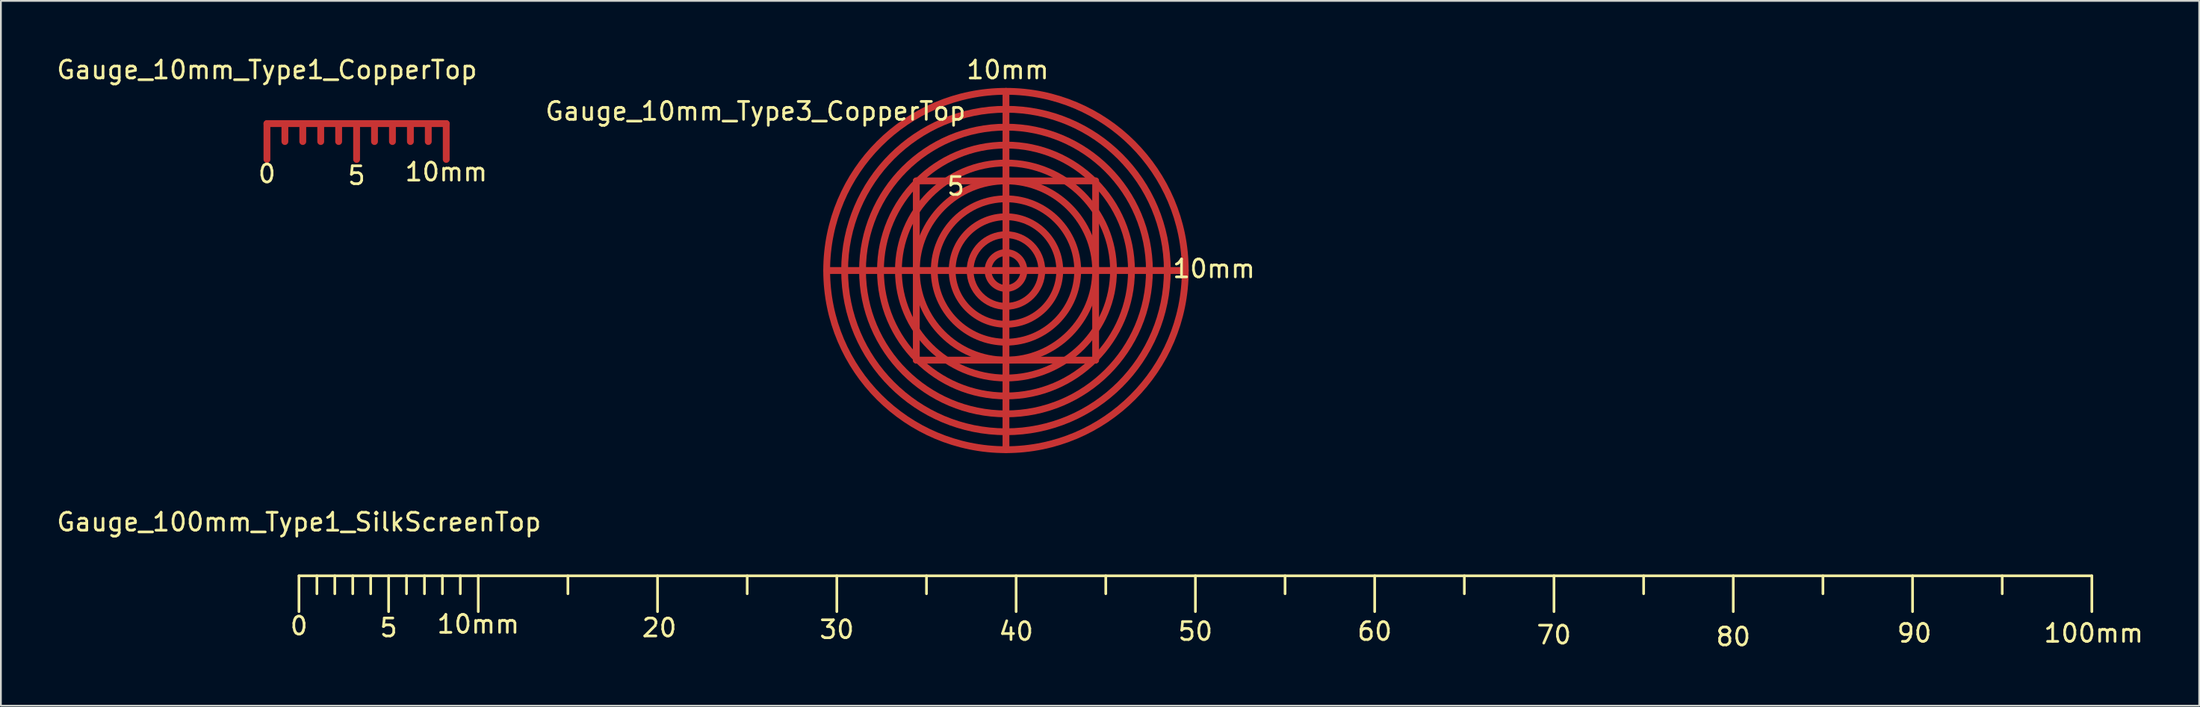
<source format=kicad_pcb>
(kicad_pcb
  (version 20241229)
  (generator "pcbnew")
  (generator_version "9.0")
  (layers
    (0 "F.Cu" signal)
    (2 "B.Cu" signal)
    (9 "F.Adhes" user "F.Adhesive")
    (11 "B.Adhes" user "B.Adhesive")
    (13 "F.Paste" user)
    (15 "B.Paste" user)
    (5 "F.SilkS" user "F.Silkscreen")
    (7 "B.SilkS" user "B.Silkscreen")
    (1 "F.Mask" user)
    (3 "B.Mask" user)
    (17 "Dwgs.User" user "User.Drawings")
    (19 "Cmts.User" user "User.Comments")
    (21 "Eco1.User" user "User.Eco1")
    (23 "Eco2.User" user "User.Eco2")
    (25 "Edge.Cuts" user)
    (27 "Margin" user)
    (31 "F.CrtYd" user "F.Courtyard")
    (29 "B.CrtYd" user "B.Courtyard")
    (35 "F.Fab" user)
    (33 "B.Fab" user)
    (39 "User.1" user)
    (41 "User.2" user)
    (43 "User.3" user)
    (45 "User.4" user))
  (footprint "Gauge_100mm_Type1_SilkScreenTop"
    (layer "F.Cu")
    (at 13.625 29.086)
    (property "Reference" "Gauge_100mm_Type1_SilkScreenTop" (at 0 -3 0) (layer "F.SilkS") (effects (font (size 1 1) (thickness 0.15))))
    (attr through_hole)
    (fp_line (start 0 0) (end 0 1.999) (stroke (width 0.15) (type solid)) (layer "F.SilkS"))
    (fp_line (start 0 0) (end 10 0) (stroke (width 0.15) (type solid)) (layer "F.SilkS"))
    (fp_line (start 1.001 0) (end 1.001 1.001) (stroke (width 0.15) (type solid)) (layer "F.SilkS"))
    (fp_line (start 1.999 0) (end 1.999 1.001) (stroke (width 0.15) (type solid)) (layer "F.SilkS"))
    (fp_line (start 3 0) (end 3 1.001) (stroke (width 0.15) (type solid)) (layer "F.SilkS"))
    (fp_line (start 4 0) (end 4 1.001) (stroke (width 0.15) (type solid)) (layer "F.SilkS"))
    (fp_line (start 5.001 0) (end 5.001 1.999) (stroke (width 0.15) (type solid)) (layer "F.SilkS"))
    (fp_line (start 5.999 0) (end 5.999 1.001) (stroke (width 0.15) (type solid)) (layer "F.SilkS"))
    (fp_line (start 7 0) (end 7 1.001) (stroke (width 0.15) (type solid)) (layer "F.SilkS"))
    (fp_line (start 8.001 0) (end 8.001 1.001) (stroke (width 0.15) (type solid)) (layer "F.SilkS"))
    (fp_line (start 8.999 0) (end 8.999 1.001) (stroke (width 0.15) (type solid)) (layer "F.SilkS"))
    (fp_line (start 10 0) (end 10 1.999) (stroke (width 0.15) (type solid)) (layer "F.SilkS"))
    (fp_line (start 10 0) (end 100 0) (stroke (width 0.15) (type solid)) (layer "F.SilkS"))
    (fp_line (start 15.001 0) (end 15.001 1.001) (stroke (width 0.15) (type solid)) (layer "F.SilkS"))
    (fp_line (start 20 0) (end 20 1.999) (stroke (width 0.15) (type solid)) (layer "F.SilkS"))
    (fp_line (start 25.001 0) (end 25.001 1.001) (stroke (width 0.15) (type solid)) (layer "F.SilkS"))
    (fp_line (start 30 0) (end 30 1.999) (stroke (width 0.15) (type solid)) (layer "F.SilkS"))
    (fp_line (start 35.001 0) (end 35.001 1.001) (stroke (width 0.15) (type solid)) (layer "F.SilkS"))
    (fp_line (start 40 0) (end 40 1.999) (stroke (width 0.15) (type solid)) (layer "F.SilkS"))
    (fp_line (start 45.001 0) (end 45.001 1.001) (stroke (width 0.15) (type solid)) (layer "F.SilkS"))
    (fp_line (start 50 0) (end 50 1.999) (stroke (width 0.15) (type solid)) (layer "F.SilkS"))
    (fp_line (start 55.001 0) (end 55.001 1.001) (stroke (width 0.15) (type solid)) (layer "F.SilkS"))
    (fp_line (start 60 0) (end 60 1.999) (stroke (width 0.15) (type solid)) (layer "F.SilkS"))
    (fp_line (start 65.001 0) (end 65.001 1.001) (stroke (width 0.15) (type solid)) (layer "F.SilkS"))
    (fp_line (start 70 0) (end 70 1.999) (stroke (width 0.15) (type solid)) (layer "F.SilkS"))
    (fp_line (start 75.001 0) (end 75.001 1.001) (stroke (width 0.15) (type solid)) (layer "F.SilkS"))
    (fp_line (start 80 0) (end 80 1.999) (stroke (width 0.15) (type solid)) (layer "F.SilkS"))
    (fp_line (start 85.001 0) (end 85.001 1.001) (stroke (width 0.15) (type solid)) (layer "F.SilkS"))
    (fp_line (start 90 0) (end 90 1.999) (stroke (width 0.15) (type solid)) (layer "F.SilkS"))
    (fp_line (start 95.001 0) (end 95.001 1.001) (stroke (width 0.15) (type solid)) (layer "F.SilkS"))
    (fp_line (start 100 0) (end 100 1.999) (stroke (width 0.15) (type solid)) (layer "F.SilkS"))
    (fp_text user "40" (at 40 3.101 0) (layer "F.SilkS") (effects (font (size 1 1) (thickness 0.15))))
    (fp_text user "100mm" (at 100.101 3.203 0) (layer "F.SilkS") (effects (font (size 1 1) (thickness 0.15))))
    (fp_text user "10mm" (at 10 2.7 0) (layer "F.SilkS") (effects (font (size 1 1) (thickness 0.15))))
    (fp_text user "20" (at 20.099 2.901 0) (layer "F.SilkS") (effects (font (size 1 1) (thickness 0.15))))
    (fp_text user "90" (at 90.101 3.203 0) (layer "F.SilkS") (effects (font (size 1 1) (thickness 0.15))))
    (fp_text user "60" (at 60 3.101 0) (layer "F.SilkS") (effects (font (size 1 1) (thickness 0.15))))
    (fp_text user "5" (at 4.999 2.901 0) (layer "F.SilkS") (effects (font (size 1 1) (thickness 0.15))))
    (fp_text user "30" (at 30 3 0) (layer "F.SilkS") (effects (font (size 1 1) (thickness 0.15))))
    (fp_text user "80" (at 80 3.401 0) (layer "F.SilkS") (effects (font (size 1 1) (thickness 0.15))))
    (fp_text user "0" (at 0 2.799 0) (layer "F.SilkS") (effects (font (size 1 1) (thickness 0.15))))
    (fp_text user "70" (at 70 3.302 0) (layer "F.SilkS") (effects (font (size 1 1) (thickness 0.15))))
    (fp_text user "50" (at 50 3.101 0) (layer "F.SilkS") (effects (font (size 1 1) (thickness 0.15)))))
  (footprint "Gauge_10mm_Type1_CopperTop"
    (layer "F.Cu")
    (at 11.839 3.848)
    (property "Reference" "Gauge_10mm_Type1_CopperTop" (at 0 -3 0) (layer "F.SilkS") (effects (font (size 1 1) (thickness 0.15))))
    (attr through_hole)
    (fp_line (start 0 0) (end 0 1.999) (stroke (width 0.381) (type solid)) (layer "F.Cu"))
    (fp_line (start 0 0) (end 10 0) (stroke (width 0.381) (type solid)) (layer "F.Cu"))
    (fp_line (start 1.001 0) (end 1.001 1.001) (stroke (width 0.381) (type solid)) (layer "F.Cu"))
    (fp_line (start 1.999 0) (end 1.999 1.001) (stroke (width 0.381) (type solid)) (layer "F.Cu"))
    (fp_line (start 3 0) (end 3 1.001) (stroke (width 0.381) (type solid)) (layer "F.Cu"))
    (fp_line (start 4 0) (end 4 1.001) (stroke (width 0.381) (type solid)) (layer "F.Cu"))
    (fp_line (start 5.001 0) (end 5.001 1.999) (stroke (width 0.381) (type solid)) (layer "F.Cu"))
    (fp_line (start 5.999 0) (end 5.999 1.001) (stroke (width 0.381) (type solid)) (layer "F.Cu"))
    (fp_line (start 7 0) (end 7 1.001) (stroke (width 0.381) (type solid)) (layer "F.Cu"))
    (fp_line (start 8.001 0) (end 8.001 1.001) (stroke (width 0.381) (type solid)) (layer "F.Cu"))
    (fp_line (start 8.999 0) (end 8.999 1.001) (stroke (width 0.381) (type solid)) (layer "F.Cu"))
    (fp_line (start 10 0) (end 10 1.999) (stroke (width 0.381) (type solid)) (layer "F.Cu"))
    (fp_text user "5" (at 4.999 2.901 0) (layer "F.SilkS") (effects (font (size 1 1) (thickness 0.15))))
    (fp_text user "10mm" (at 10 2.7 0) (layer "F.SilkS") (effects (font (size 1 1) (thickness 0.15))))
    (fp_text user "0" (at 0 2.799 0) (layer "F.SilkS") (effects (font (size 1 1) (thickness 0.15)))))
  (footprint "Gauge_10mm_Type3_CopperTop"
    (layer "F.Cu")
    (at 53.059 12.047)
    (property "Reference" "Gauge_10mm_Type3_CopperTop" (at -13.97 -8.89 0) (layer "F.SilkS") (effects (font (size 1 1) (thickness 0.15))))
    (attr through_hole)
    (fp_line (start -5.001 -5.001) (end -5.001 0) (stroke (width 0.381) (type solid)) (layer "F.Cu"))
    (fp_line (start -5.001 5.001) (end -5.001 0) (stroke (width 0.381) (type solid)) (layer "F.Cu"))
    (fp_line (start -1.999 0) (end -10 0) (stroke (width 0.381) (type solid)) (layer "F.Cu"))
    (fp_line (start 0 -5.001) (end -5.001 -5.001) (stroke (width 0.381) (type solid)) (layer "F.Cu"))
    (fp_line (start 0 -5.001) (end 5.001 -5.001) (stroke (width 0.381) (type solid)) (layer "F.Cu"))
    (fp_line (start 0 0) (end -1.999 0) (stroke (width 0.381) (type solid)) (layer "F.Cu"))
    (fp_line (start 0 0) (end 0 -10) (stroke (width 0.381) (type solid)) (layer "F.Cu"))
    (fp_line (start 0 0) (end 0 1.999) (stroke (width 0.381) (type solid)) (layer "F.Cu"))
    (fp_line (start 0 0) (end 10 0) (stroke (width 0.381) (type solid)) (layer "F.Cu"))
    (fp_line (start 0 1.999) (end 0 10) (stroke (width 0.381) (type solid)) (layer "F.Cu"))
    (fp_line (start 0 5.001) (end -5.001 5.001) (stroke (width 0.381) (type solid)) (layer "F.Cu"))
    (fp_line (start 5.001 -5.001) (end 5.001 0) (stroke (width 0.381) (type solid)) (layer "F.Cu"))
    (fp_line (start 5.001 0) (end 5.001 5.001) (stroke (width 0.381) (type solid)) (layer "F.Cu"))
    (fp_line (start 5.001 5.001) (end 0 5.001) (stroke (width 0.381) (type solid)) (layer "F.Cu"))
    (fp_circle (center 0 0) (end 0 -8.999) (stroke (width 0.381) (type solid)) (fill no) (layer "F.Cu"))
    (fp_circle (center 0 0) (end 0 -8.001) (stroke (width 0.381) (type solid)) (fill no) (layer "F.Cu"))
    (fp_circle (center 0 0) (end 0 -7) (stroke (width 0.381) (type solid)) (fill no) (layer "F.Cu"))
    (fp_circle (center 0 0) (end 0 -5.999) (stroke (width 0.381) (type solid)) (fill no) (layer "F.Cu"))
    (fp_circle (center 0 0) (end 0 -4) (stroke (width 0.381) (type solid)) (fill no) (layer "F.Cu"))
    (fp_circle (center 0 0) (end 0 -3) (stroke (width 0.381) (type solid)) (fill no) (layer "F.Cu"))
    (fp_circle (center 0 0) (end 0 -1.999) (stroke (width 0.381) (type solid)) (fill no) (layer "F.Cu"))
    (fp_circle (center 0 0) (end 0 -1.001) (stroke (width 0.381) (type solid)) (fill no) (layer "F.Cu"))
    (fp_circle (center 0 0) (end 5.001 0) (stroke (width 0.381) (type solid)) (fill no) (layer "F.Cu"))
    (fp_circle (center 0 0) (end 10 0) (stroke (width 0.381) (type solid)) (fill no) (layer "F.Cu"))
    (fp_text user "10mm" (at 11.6 -0.099 0) (layer "F.SilkS") (effects (font (size 1 1) (thickness 0.15))))
    (fp_text user "5" (at -2.799 -4.699 0) (layer "F.SilkS") (effects (font (size 1 1) (thickness 0.15))))
    (fp_text user "10mm" (at 0.099 -11.199 0) (layer "F.SilkS") (effects (font (size 1 1) (thickness 0.15)))))
  (gr_rect
    (start -3 -3)
    (end 119.613 36.335)
    (stroke (width 0.1) (type default))
    (fill no)
    (layer "Edge.Cuts")))
</source>
